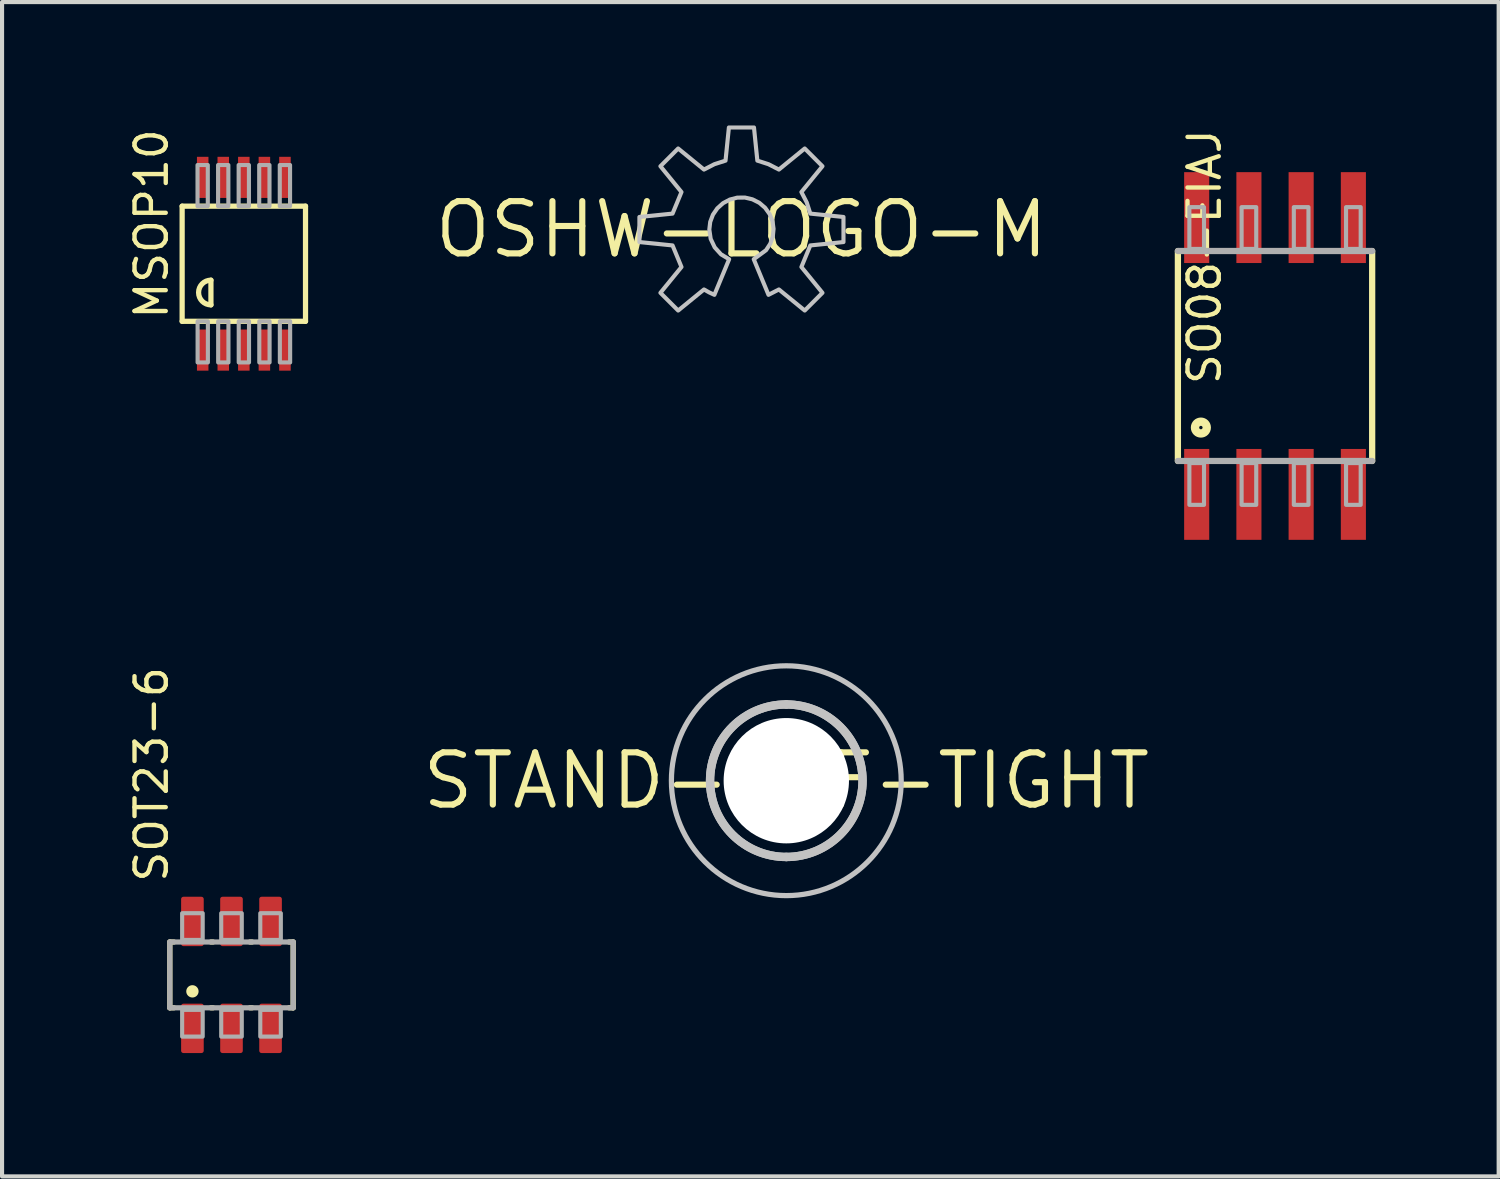
<source format=kicad_pcb>
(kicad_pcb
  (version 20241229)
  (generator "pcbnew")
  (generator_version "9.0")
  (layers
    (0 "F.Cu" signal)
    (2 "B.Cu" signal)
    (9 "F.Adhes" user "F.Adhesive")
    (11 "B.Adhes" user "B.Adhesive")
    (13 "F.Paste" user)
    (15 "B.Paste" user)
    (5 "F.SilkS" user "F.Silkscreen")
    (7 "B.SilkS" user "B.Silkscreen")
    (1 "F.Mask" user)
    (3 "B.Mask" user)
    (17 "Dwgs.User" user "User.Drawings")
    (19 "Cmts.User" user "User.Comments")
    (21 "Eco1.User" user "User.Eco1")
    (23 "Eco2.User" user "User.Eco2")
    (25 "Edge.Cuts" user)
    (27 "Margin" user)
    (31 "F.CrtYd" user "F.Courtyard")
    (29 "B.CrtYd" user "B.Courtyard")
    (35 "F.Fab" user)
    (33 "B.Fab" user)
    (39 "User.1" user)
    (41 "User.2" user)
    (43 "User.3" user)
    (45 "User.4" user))
  (footprint "STAND-OFF-TIGHT"
    (layer "F.Cu")
    (at 16.07 15.934)
    (property "Reference" "STAND-OFF-TIGHT" (at 0 0 0) (layer "F.SilkS") (effects (font (size 1.27 1.27) (thickness 0.15))))
    (attr through_hole)
    (fp_arc (start 0 -1.8542) (mid 1.8542 0) (end 0 1.8542) (stroke (width 0.2032) (type solid)) (layer "Dwgs.User"))
    (fp_arc (start 0 -1.8542) (mid 1.8542 0) (end 0 1.8542) (stroke (width 0.2032) (type solid)) (layer "Dwgs.User"))
    (fp_arc (start 0 1.8542) (mid -1.8542 0) (end 0 -1.8542) (stroke (width 0.2032) (type solid)) (layer "Dwgs.User"))
    (fp_arc (start 0 1.8542) (mid -1.8542 0) (end 0 -1.8542) (stroke (width 0.2032) (type solid)) (layer "Dwgs.User"))
    (fp_circle (center 0 0) (end 2.794 0) (stroke (width 0.127) (type solid)) (fill no) (layer "Dwgs.User"))
    (pad "" np_thru_hole circle (at 0 0) (size 3.048 3.048) (drill 3.048) (layers "*.Cu")))
  (footprint "MSOP10"
    (layer "F.Cu")
    (at 2.879 3.363)
    (property "Reference" "MSOP10" (at -1.8 1.4 90) (layer "F.SilkS") (effects (font (size 0.76 0.76) (thickness 0.106)) (justify left bottom)))
    (attr through_hole)
    (fp_line (start -1.5 -1.4) (end 1.5 -1.4) (stroke (width 0.127) (type solid)) (layer "F.SilkS"))
    (fp_line (start -1.5 1.4) (end -1.5 -1.4) (stroke (width 0.127) (type solid)) (layer "F.SilkS"))
    (fp_line (start -0.8 0.4) (end -0.8 1) (stroke (width 0.127) (type solid)) (layer "F.SilkS"))
    (fp_line (start 1.5 -1.4) (end 1.5 1.4) (stroke (width 0.127) (type solid)) (layer "F.SilkS"))
    (fp_line (start 1.5 1.4) (end -1.5 1.4) (stroke (width 0.127) (type solid)) (layer "F.SilkS"))
    (fp_arc (start -0.8 1) (mid -1.1 0.7) (end -0.8 0.4) (stroke (width 0.127) (type solid)) (layer "F.SilkS"))
    (fp_poly (pts (xy -1.126 -1.4) (xy -0.876 -1.4) (xy -0.876 -2.4) (xy -1.126 -2.4)) (stroke (width 0.1) (type solid)) (fill no) (layer "F.Fab"))
    (fp_poly (pts (xy -1.124 2.4) (xy -0.874 2.4) (xy -0.874 1.4) (xy -1.124 1.4)) (stroke (width 0.1) (type solid)) (fill no) (layer "F.Fab"))
    (fp_poly (pts (xy -0.626 -1.4) (xy -0.376 -1.4) (xy -0.376 -2.4) (xy -0.626 -2.4)) (stroke (width 0.1) (type solid)) (fill no) (layer "F.Fab"))
    (fp_poly (pts (xy -0.624 2.4) (xy -0.374 2.4) (xy -0.374 1.4) (xy -0.624 1.4)) (stroke (width 0.1) (type solid)) (fill no) (layer "F.Fab"))
    (fp_poly (pts (xy -0.126 -1.4) (xy 0.124 -1.4) (xy 0.124 -2.4) (xy -0.126 -2.4)) (stroke (width 0.1) (type solid)) (fill no) (layer "F.Fab"))
    (fp_poly (pts (xy -0.124 2.4) (xy 0.126 2.4) (xy 0.126 1.4) (xy -0.124 1.4)) (stroke (width 0.1) (type solid)) (fill no) (layer "F.Fab"))
    (fp_poly (pts (xy 0.374 -1.4) (xy 0.624 -1.4) (xy 0.624 -2.4) (xy 0.374 -2.4)) (stroke (width 0.1) (type solid)) (fill no) (layer "F.Fab"))
    (fp_poly (pts (xy 0.376 2.4) (xy 0.626 2.4) (xy 0.626 1.4) (xy 0.376 1.4)) (stroke (width 0.1) (type solid)) (fill no) (layer "F.Fab"))
    (fp_poly (pts (xy 0.874 -1.4) (xy 1.124 -1.4) (xy 1.124 -2.4) (xy 0.874 -2.4)) (stroke (width 0.1) (type solid)) (fill no) (layer "F.Fab"))
    (fp_poly (pts (xy 0.876 2.4) (xy 1.126 2.4) (xy 1.126 1.4) (xy 0.876 1.4)) (stroke (width 0.1) (type solid)) (fill no) (layer "F.Fab"))
    (pad "1" smd rect (at -1 2.1) (size 0.28 1) (layers "F.Cu" "F.Mask" "F.Paste"))
    (pad "2" smd rect (at -0.5 2.1) (size 0.28 1) (layers "F.Cu" "F.Mask" "F.Paste"))
    (pad "3" smd rect (at 0 2.1) (size 0.28 1) (layers "F.Cu" "F.Mask" "F.Paste"))
    (pad "4" smd rect (at 0.5 2.1) (size 0.28 1) (layers "F.Cu" "F.Mask" "F.Paste"))
    (pad "5" smd rect (at 1 2.1) (size 0.28 1) (layers "F.Cu" "F.Mask" "F.Paste"))
    (pad "6" smd rect (at 1 -2.1 180) (size 0.28 1) (layers "F.Cu" "F.Mask" "F.Paste"))
    (pad "7" smd rect (at 0.5 -2.1 180) (size 0.28 1) (layers "F.Cu" "F.Mask" "F.Paste"))
    (pad "8" smd rect (at 0 -2.1 180) (size 0.28 1) (layers "F.Cu" "F.Mask" "F.Paste"))
    (pad "9" smd rect (at -0.5 -2.1 180) (size 0.28 1) (layers "F.Cu" "F.Mask" "F.Paste"))
    (pad "10" smd rect (at -1 -2.1 180) (size 0.28 1) (layers "F.Cu" "F.Mask" "F.Paste")))
  (footprint "SOT23-6"
    (layer "F.Cu")
    (at 2.579 20.656)
    (property "Reference" "SOT23-6" (at -1.5 -2.2 270) (layer "F.SilkS") (effects (font (size 0.76 0.76) (thickness 0.106)) (justify left bottom)))
    (attr through_hole)
    (fp_line (start -1.5 0.8) (end -1.5 -0.8) (stroke (width 0.127) (type solid)) (layer "F.SilkS"))
    (fp_line (start -1.4 -0.8) (end -1.5 -0.8) (stroke (width 0.127) (type solid)) (layer "F.SilkS"))
    (fp_line (start -1.4 0.8) (end -1.5 0.8) (stroke (width 0.127) (type solid)) (layer "F.SilkS"))
    (fp_line (start -0.45 -0.8) (end -0.5 -0.8) (stroke (width 0.127) (type solid)) (layer "F.SilkS"))
    (fp_line (start -0.45 0.8) (end -0.5 0.8) (stroke (width 0.127) (type solid)) (layer "F.SilkS"))
    (fp_line (start 0.5 -0.8) (end 0.45 -0.8) (stroke (width 0.127) (type solid)) (layer "F.SilkS"))
    (fp_line (start 0.5 0.8) (end 0.45 0.8) (stroke (width 0.127) (type solid)) (layer "F.SilkS"))
    (fp_line (start 1.5 -0.8) (end 1.4 -0.8) (stroke (width 0.127) (type solid)) (layer "F.SilkS"))
    (fp_line (start 1.5 -0.8) (end 1.5 0.8) (stroke (width 0.127) (type solid)) (layer "F.SilkS"))
    (fp_line (start 1.5 0.8) (end 1.4 0.8) (stroke (width 0.127) (type solid)) (layer "F.SilkS"))
    (fp_circle (center -0.95 0.4) (end -0.8 0.4) (stroke (width 0) (type solid)) (fill yes) (layer "F.SilkS"))
    (fp_line (start -1.5 -0.8) (end 1.5 -0.8) (stroke (width 0.127) (type solid)) (layer "F.Fab"))
    (fp_line (start -1.5 0.8) (end -1.5 -0.8) (stroke (width 0.127) (type solid)) (layer "F.Fab"))
    (fp_line (start 1.5 0.8) (end -1.5 0.8) (stroke (width 0.127) (type solid)) (layer "F.Fab"))
    (fp_line (start 1.5 0.8) (end 1.5 -0.8) (stroke (width 0.127) (type solid)) (layer "F.Fab"))
    (fp_poly (pts (xy -1.2 -0.85) (xy -0.7 -0.85) (xy -0.7 -1.5) (xy -1.2 -1.5)) (stroke (width 0.1) (type solid)) (fill no) (layer "F.Fab"))
    (fp_poly (pts (xy -1.2 1.5) (xy -0.7 1.5) (xy -0.7 0.85) (xy -1.2 0.85)) (stroke (width 0.1) (type solid)) (fill no) (layer "F.Fab"))
    (fp_poly (pts (xy -0.25 -0.85) (xy 0.25 -0.85) (xy 0.25 -1.5) (xy -0.25 -1.5)) (stroke (width 0.1) (type solid)) (fill no) (layer "F.Fab"))
    (fp_poly (pts (xy -0.25 1.5) (xy 0.25 1.5) (xy 0.25 0.85) (xy -0.25 0.85)) (stroke (width 0.1) (type solid)) (fill no) (layer "F.Fab"))
    (fp_poly (pts (xy 0.7 -0.85) (xy 1.2 -0.85) (xy 1.2 -1.5) (xy 0.7 -1.5)) (stroke (width 0.1) (type solid)) (fill no) (layer "F.Fab"))
    (fp_poly (pts (xy 0.7 1.5) (xy 1.2 1.5) (xy 1.2 0.85) (xy 0.7 0.85)) (stroke (width 0.1) (type solid)) (fill no) (layer "F.Fab"))
    (pad "1" smd roundrect (at -0.95 1.3) (size 0.55 1.2) (layers "F.Cu" "F.Mask" "F.Paste") (roundrect_rratio 0.1))
    (pad "2" smd roundrect (at 0 1.3) (size 0.55 1.2) (layers "F.Cu" "F.Mask" "F.Paste") (roundrect_rratio 0.1))
    (pad "3" smd roundrect (at 0.95 1.3) (size 0.55 1.2) (layers "F.Cu" "F.Mask" "F.Paste") (roundrect_rratio 0.1))
    (pad "4" smd roundrect (at 0.95 -1.3) (size 0.55 1.2) (layers "F.Cu" "F.Mask" "F.Paste") (roundrect_rratio 0.1))
    (pad "5" smd roundrect (at 0 -1.3) (size 0.55 1.2) (layers "F.Cu" "F.Mask" "F.Paste") (roundrect_rratio 0.1))
    (pad "6" smd roundrect (at -0.95 -1.3) (size 0.55 1.2) (layers "F.Cu" "F.Mask" "F.Paste") (roundrect_rratio 0.1)))
  (footprint "SO08-EIAJ"
    (layer "F.Cu")
    (at 27.954 5.594)
    (property "Reference" "SO08-EIAJ" (at -1.27 0.762 90) (layer "F.SilkS") (effects (font (size 0.76 0.76) (thickness 0.106)) (justify left bottom)))
    (attr through_hole)
    (fp_line (start -2.362 -2.54) (end -2.362 2.565) (stroke (width 0.152) (type solid)) (layer "F.SilkS"))
    (fp_line (start 2.362 2.565) (end 2.362 -2.54) (stroke (width 0.152) (type solid)) (layer "F.SilkS"))
    (fp_circle (center -1.803 1.753) (end -1.66 1.753) (stroke (width 0.203) (type solid)) (fill no) (layer "F.SilkS"))
    (fp_line (start -2.362 2.565) (end 2.362 2.565) (stroke (width 0.152) (type solid)) (layer "F.Fab"))
    (fp_line (start 2.362 -2.54) (end -2.362 -2.54) (stroke (width 0.152) (type solid)) (layer "F.Fab"))
    (fp_poly (pts (xy -2.083 -2.591) (xy -1.727 -2.591) (xy -1.727 -3.607) (xy -2.083 -3.607)) (stroke (width 0.1) (type solid)) (fill no) (layer "F.Fab"))
    (fp_poly (pts (xy -2.083 3.632) (xy -1.727 3.632) (xy -1.727 2.616) (xy -2.083 2.616)) (stroke (width 0.1) (type solid)) (fill no) (layer "F.Fab"))
    (fp_poly (pts (xy -0.813 -2.591) (xy -0.457 -2.591) (xy -0.457 -3.607) (xy -0.813 -3.607)) (stroke (width 0.1) (type solid)) (fill no) (layer "F.Fab"))
    (fp_poly (pts (xy -0.813 3.632) (xy -0.457 3.632) (xy -0.457 2.616) (xy -0.813 2.616)) (stroke (width 0.1) (type solid)) (fill no) (layer "F.Fab"))
    (fp_poly (pts (xy 0.457 -2.591) (xy 0.813 -2.591) (xy 0.813 -3.607) (xy 0.457 -3.607)) (stroke (width 0.1) (type solid)) (fill no) (layer "F.Fab"))
    (fp_poly (pts (xy 0.457 3.632) (xy 0.813 3.632) (xy 0.813 2.616) (xy 0.457 2.616)) (stroke (width 0.1) (type solid)) (fill no) (layer "F.Fab"))
    (fp_poly (pts (xy 1.727 -2.591) (xy 2.083 -2.591) (xy 2.083 -3.607) (xy 1.727 -3.607)) (stroke (width 0.1) (type solid)) (fill no) (layer "F.Fab"))
    (fp_poly (pts (xy 1.727 3.632) (xy 2.083 3.632) (xy 2.083 2.616) (xy 1.727 2.616)) (stroke (width 0.1) (type solid)) (fill no) (layer "F.Fab"))
    (pad "1" smd rect (at -1.905 3.378) (size 0.61 2.21) (layers "F.Cu" "F.Mask" "F.Paste"))
    (pad "2" smd rect (at -0.635 3.378) (size 0.61 2.21) (layers "F.Cu" "F.Mask" "F.Paste"))
    (pad "3" smd rect (at 0.635 3.378) (size 0.61 2.21) (layers "F.Cu" "F.Mask" "F.Paste"))
    (pad "4" smd rect (at 1.905 3.378) (size 0.61 2.21) (layers "F.Cu" "F.Mask" "F.Paste"))
    (pad "5" smd rect (at 1.905 -3.353) (size 0.61 2.21) (layers "F.Cu" "F.Mask" "F.Paste"))
    (pad "6" smd rect (at 0.635 -3.353) (size 0.61 2.21) (layers "F.Cu" "F.Mask" "F.Paste"))
    (pad "7" smd rect (at -0.635 -3.353) (size 0.61 2.21) (layers "F.Cu" "F.Mask" "F.Paste"))
    (pad "8" smd rect (at -1.905 -3.353) (size 0.61 2.21) (layers "F.Cu" "F.Mask" "F.Paste")))
  (footprint "OSHW-LOGO-M"
    (layer "F.Cu")
    (at 14.979 2.531)
    (property "Reference" "OSHW-LOGO-M" (at 0 0 0) (layer "F.SilkS") (effects (font (size 1.27 1.27) (thickness 0.15))))
    (attr through_hole)
    (fp_poly (pts (xy 0.658 1.588) (xy 0.911 1.458) (xy 1.539 1.97) (xy 1.97 1.539) (xy 1.458 0.911) (xy 1.675 0.387) (xy 2.481 0.305) (xy 2.481 -0.305) (xy 1.675 -0.387) (xy 1.588 -0.658) (xy 1.458 -0.911) (xy 1.97 -1.539) (xy 1.539 -1.97) (xy 0.911 -1.458) (xy 0.658 -1.588) (xy 0.387 -1.675) (xy 0.305 -2.481) (xy -0.305 -2.481) (xy -0.387 -1.675) (xy -0.658 -1.588) (xy -0.911 -1.458) (xy -1.539 -1.97) (xy -1.97 -1.539) (xy -1.458 -0.911) (xy -1.675 -0.387) (xy -2.481 -0.305) (xy -2.481 0.305) (xy -1.675 0.387) (xy -1.458 0.911) (xy -1.97 1.539) (xy -1.539 1.97) (xy -0.911 1.458) (xy -0.787 1.528) (xy -0.658 1.588) (xy -0.299 0.722) (xy -0.496 0.604) (xy -0.65 0.434) (xy -0.748 0.227) (xy -0.781 0) (xy -0.759 -0.186) (xy -0.693 -0.361) (xy -0.587 -0.515) (xy -0.448 -0.64) (xy -0.283 -0.728) (xy -0.102 -0.775) (xy 0.085 -0.777) (xy 0.267 -0.734) (xy 0.434 -0.65) (xy 0.576 -0.528) (xy 0.685 -0.376) (xy 0.755 -0.202) (xy 0.781 -0.017) (xy 0.763 0.169) (xy 0.701 0.346) (xy 0.599 0.502) (xy 0.299 0.722)) (stroke (width 0.1) (type solid)) (fill no) (layer "Dwgs.User")))
  (gr_rect
    (start -3 -3)
    (end 33.392 25.556)
    (stroke (width 0.1) (type default))
    (fill no)
    (layer "Edge.Cuts")))
</source>
